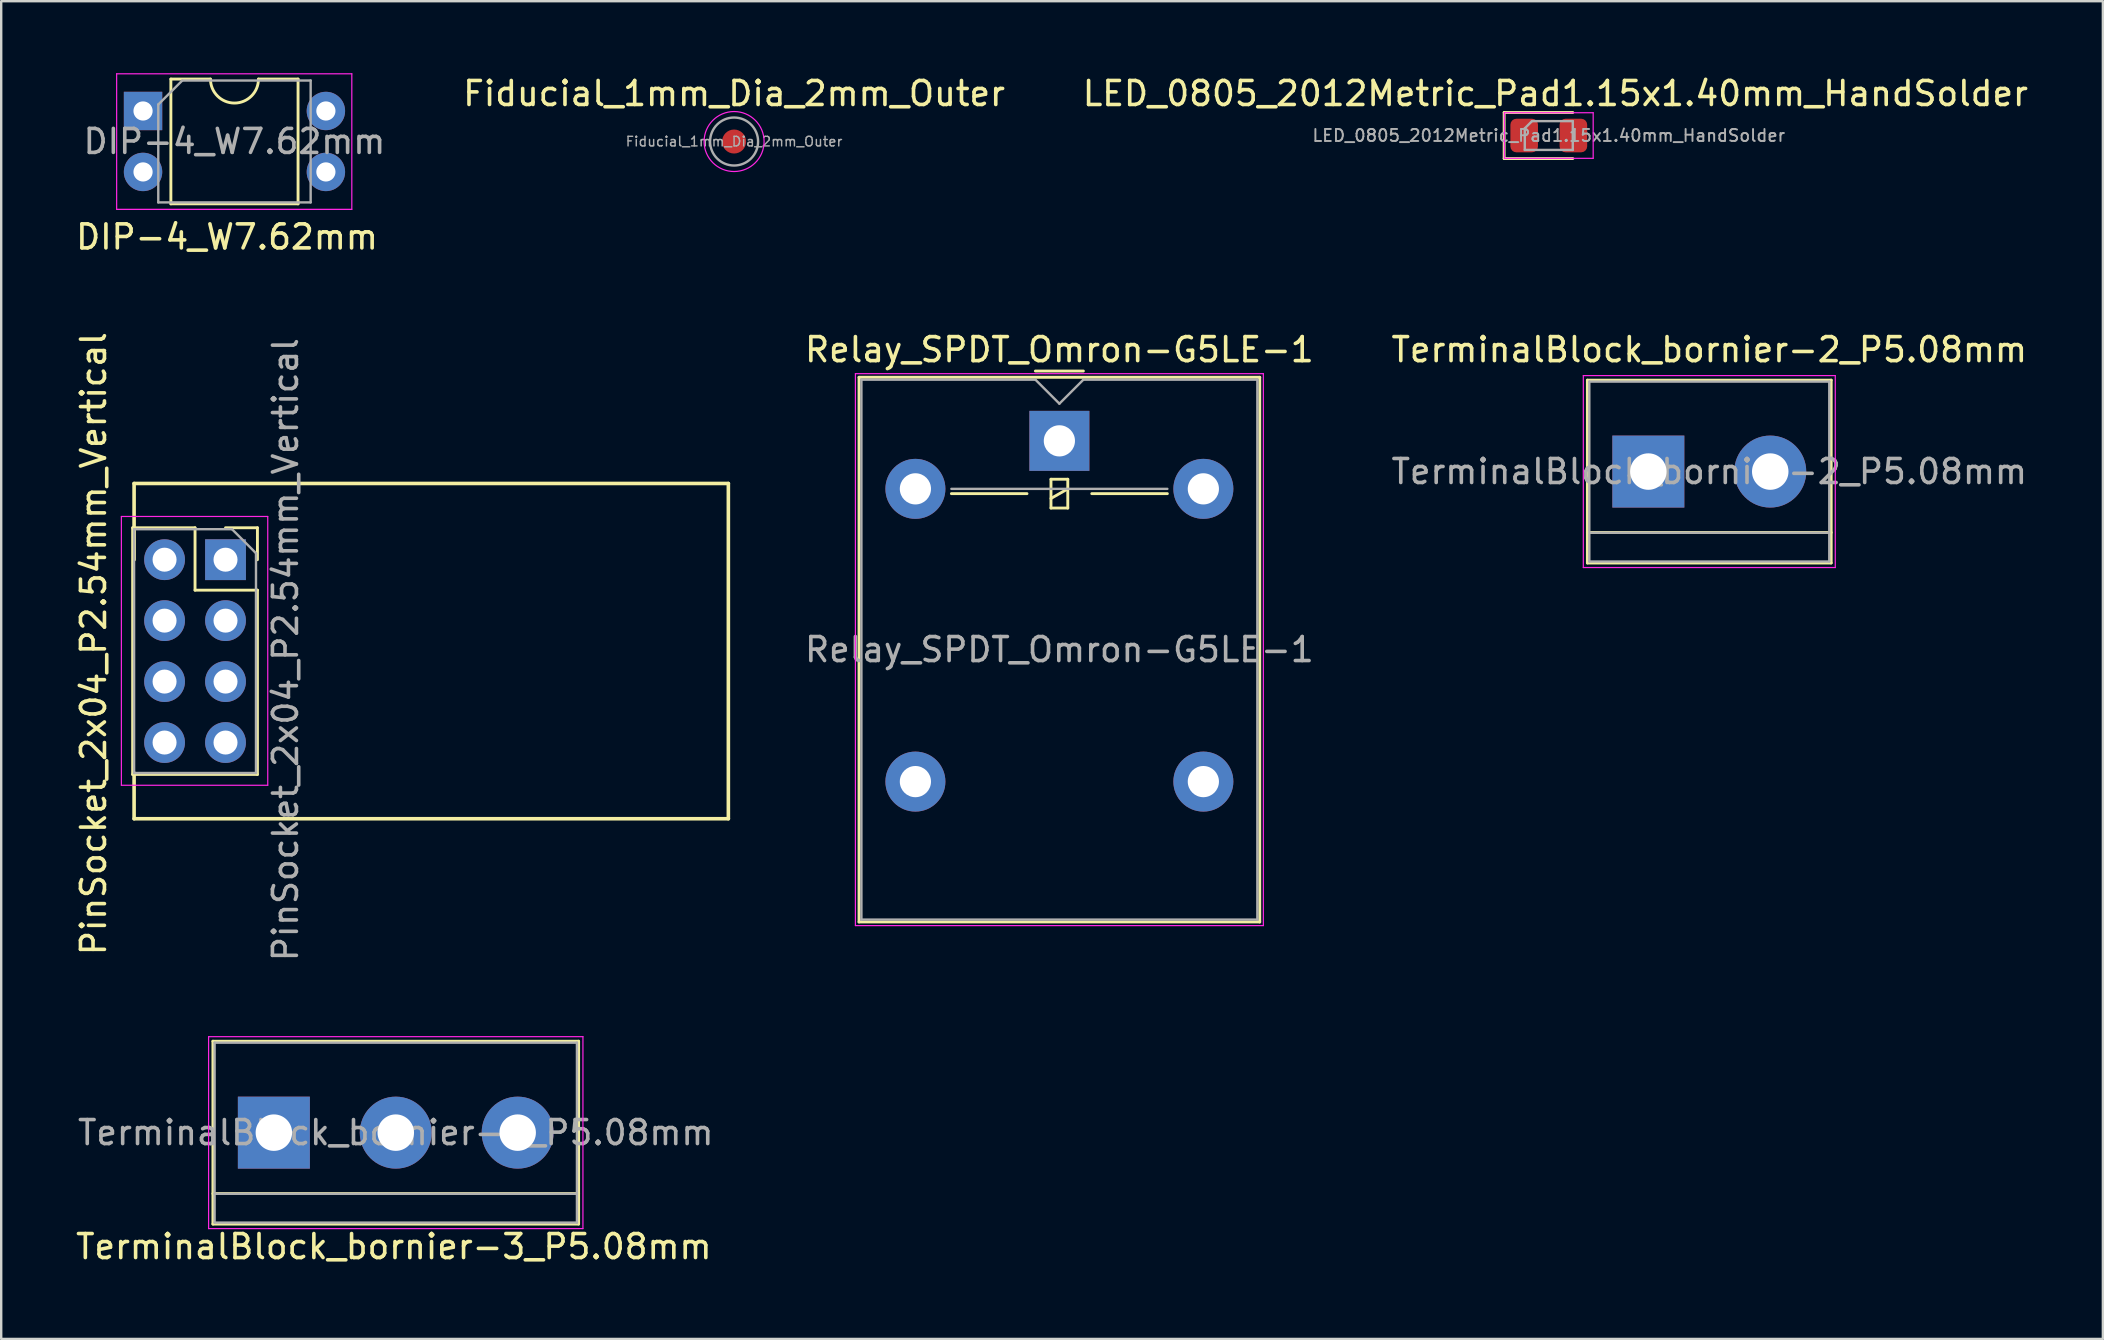
<source format=kicad_pcb>
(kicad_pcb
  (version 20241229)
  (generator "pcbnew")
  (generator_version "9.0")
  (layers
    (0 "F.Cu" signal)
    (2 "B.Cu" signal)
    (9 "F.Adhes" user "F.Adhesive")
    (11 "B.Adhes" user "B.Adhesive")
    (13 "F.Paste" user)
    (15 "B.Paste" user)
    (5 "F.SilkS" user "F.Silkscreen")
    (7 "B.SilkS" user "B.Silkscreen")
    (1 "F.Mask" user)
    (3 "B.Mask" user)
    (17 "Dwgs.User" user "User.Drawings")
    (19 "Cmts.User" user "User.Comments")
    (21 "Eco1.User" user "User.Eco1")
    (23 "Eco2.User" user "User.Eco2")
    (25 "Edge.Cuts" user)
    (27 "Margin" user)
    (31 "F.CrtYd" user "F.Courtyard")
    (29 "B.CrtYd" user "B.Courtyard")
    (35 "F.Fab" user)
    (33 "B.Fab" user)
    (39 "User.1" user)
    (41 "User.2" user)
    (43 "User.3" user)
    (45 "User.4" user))
  (footprint "PinSocket_2x04_P2.54mm_Vertical"
    (layer "F.Cu")
    (at 6.348 20.274)
    (property "Reference" "PinSocket_2x04_P2.54mm_Vertical" (at -5.5 3.5 90) (layer "F.SilkS") (effects (font (size 1 1) (thickness 0.15))))
    (attr through_hole)
    (fp_line (start -3.87 -1.33) (end -3.87 8.95) (stroke (width 0.12) (type solid)) (layer "F.SilkS"))
    (fp_line (start -3.87 -1.33) (end -1.27 -1.33) (stroke (width 0.12) (type solid)) (layer "F.SilkS"))
    (fp_line (start -3.87 8.95) (end 1.33 8.95) (stroke (width 0.12) (type solid)) (layer "F.SilkS"))
    (fp_line (start -3.81 -3.175) (end 20.955 -3.175) (stroke (width 0.15) (type solid)) (layer "F.SilkS"))
    (fp_line (start -3.81 0) (end -3.81 -3.175) (stroke (width 0.15) (type solid)) (layer "F.SilkS"))
    (fp_line (start -3.81 10.795) (end -3.81 8.89) (stroke (width 0.15) (type solid)) (layer "F.SilkS"))
    (fp_line (start -1.27 -1.33) (end -1.27 1.27) (stroke (width 0.12) (type solid)) (layer "F.SilkS"))
    (fp_line (start -1.27 1.27) (end 1.33 1.27) (stroke (width 0.12) (type solid)) (layer "F.SilkS"))
    (fp_line (start 0 -1.33) (end 1.33 -1.33) (stroke (width 0.12) (type solid)) (layer "F.SilkS"))
    (fp_line (start 1.33 -1.33) (end 1.33 0) (stroke (width 0.12) (type solid)) (layer "F.SilkS"))
    (fp_line (start 1.33 1.27) (end 1.33 8.95) (stroke (width 0.12) (type solid)) (layer "F.SilkS"))
    (fp_line (start 20.955 -3.175) (end 20.955 10.795) (stroke (width 0.15) (type solid)) (layer "F.SilkS"))
    (fp_line (start 20.955 10.795) (end -3.81 10.795) (stroke (width 0.15) (type solid)) (layer "F.SilkS"))
    (fp_line (start -4.34 -1.8) (end 1.76 -1.8) (stroke (width 0.05) (type solid)) (layer "F.CrtYd"))
    (fp_line (start -4.34 9.4) (end -4.34 -1.8) (stroke (width 0.05) (type solid)) (layer "F.CrtYd"))
    (fp_line (start 1.76 -1.8) (end 1.76 9.4) (stroke (width 0.05) (type solid)) (layer "F.CrtYd"))
    (fp_line (start 1.76 9.4) (end -4.34 9.4) (stroke (width 0.05) (type solid)) (layer "F.CrtYd"))
    (fp_line (start -3.81 -1.27) (end 0.27 -1.27) (stroke (width 0.1) (type solid)) (layer "F.Fab"))
    (fp_line (start -3.81 8.89) (end -3.81 -1.27) (stroke (width 0.1) (type solid)) (layer "F.Fab"))
    (fp_line (start 0.27 -1.27) (end 1.27 -0.27) (stroke (width 0.1) (type solid)) (layer "F.Fab"))
    (fp_line (start 1.27 -0.27) (end 1.27 8.89) (stroke (width 0.1) (type solid)) (layer "F.Fab"))
    (fp_line (start 1.27 8.89) (end -3.81 8.89) (stroke (width 0.1) (type solid)) (layer "F.Fab"))
    (fp_text user "${REFERENCE}" (at 2.5 3.75 90) (layer "F.Fab") (effects (font (size 1 1) (thickness 0.15))))
    (pad "1" thru_hole rect (at 0 0) (size 1.7 1.7) (drill 1) (layers "*.Cu" "*.Mask"))
    (pad "2" thru_hole oval (at 0 2.54) (size 1.7 1.7) (drill 1) (layers "*.Cu" "*.Mask"))
    (pad "3" thru_hole oval (at 0 5.08) (size 1.7 1.7) (drill 1) (layers "*.Cu" "*.Mask"))
    (pad "4" thru_hole oval (at 0 7.62) (size 1.7 1.7) (drill 1) (layers "*.Cu" "*.Mask"))
    (pad "5" thru_hole oval (at -2.54 0) (size 1.7 1.7) (drill 1) (layers "*.Cu" "*.Mask"))
    (pad "6" thru_hole oval (at -2.54 2.54) (size 1.7 1.7) (drill 1) (layers "*.Cu" "*.Mask"))
    (pad "7" thru_hole oval (at -2.54 5.08) (size 1.7 1.7) (drill 1) (layers "*.Cu" "*.Mask"))
    (pad "8" thru_hole oval (at -2.54 7.62) (size 1.7 1.7) (drill 1) (layers "*.Cu" "*.Mask")))
  (footprint "DIP-4_W7.62mm"
    (layer "F.Cu")
    (at 2.911 1.575)
    (property "Reference" "DIP-4_W7.62mm" (at 3.5 5.25 0) (layer "F.SilkS") (effects (font (size 1 1) (thickness 0.15))))
    (attr through_hole)
    (fp_line (start 1.16 -1.33) (end 1.16 3.87) (stroke (width 0.12) (type solid)) (layer "F.SilkS"))
    (fp_line (start 1.16 3.87) (end 6.46 3.87) (stroke (width 0.12) (type solid)) (layer "F.SilkS"))
    (fp_line (start 2.81 -1.33) (end 1.16 -1.33) (stroke (width 0.12) (type solid)) (layer "F.SilkS"))
    (fp_line (start 6.46 -1.33) (end 4.81 -1.33) (stroke (width 0.12) (type solid)) (layer "F.SilkS"))
    (fp_line (start 6.46 3.87) (end 6.46 -1.33) (stroke (width 0.12) (type solid)) (layer "F.SilkS"))
    (fp_arc (start 4.81 -1.33) (mid 3.81 -0.33) (end 2.81 -1.33) (stroke (width 0.12) (type solid)) (layer "F.SilkS"))
    (fp_line (start -1.1 -1.55) (end -1.1 4.1) (stroke (width 0.05) (type solid)) (layer "F.CrtYd"))
    (fp_line (start -1.1 4.1) (end 8.7 4.1) (stroke (width 0.05) (type solid)) (layer "F.CrtYd"))
    (fp_line (start 8.7 -1.55) (end -1.1 -1.55) (stroke (width 0.05) (type solid)) (layer "F.CrtYd"))
    (fp_line (start 8.7 4.1) (end 8.7 -1.55) (stroke (width 0.05) (type solid)) (layer "F.CrtYd"))
    (fp_line (start 0.635 -0.27) (end 1.635 -1.27) (stroke (width 0.1) (type solid)) (layer "F.Fab"))
    (fp_line (start 0.635 3.81) (end 0.635 -0.27) (stroke (width 0.1) (type solid)) (layer "F.Fab"))
    (fp_line (start 1.635 -1.27) (end 6.985 -1.27) (stroke (width 0.1) (type solid)) (layer "F.Fab"))
    (fp_line (start 6.985 -1.27) (end 6.985 3.81) (stroke (width 0.1) (type solid)) (layer "F.Fab"))
    (fp_line (start 6.985 3.81) (end 0.635 3.81) (stroke (width 0.1) (type solid)) (layer "F.Fab"))
    (fp_text user "${REFERENCE}" (at 3.81 1.27 0) (layer "F.Fab") (effects (font (size 1 1) (thickness 0.15))))
    (pad "1" thru_hole rect (at 0 0) (size 1.6 1.6) (drill 0.8) (layers "*.Cu" "*.Mask"))
    (pad "2" thru_hole oval (at 0 2.54) (size 1.6 1.6) (drill 0.8) (layers "*.Cu" "*.Mask"))
    (pad "3" thru_hole oval (at 7.62 2.54) (size 1.6 1.6) (drill 0.8) (layers "*.Cu" "*.Mask"))
    (pad "4" thru_hole oval (at 7.62 0) (size 1.6 1.6) (drill 0.8) (layers "*.Cu" "*.Mask")))
  (footprint "TerminalBlock_bornier-2_P5.08mm"
    (layer "F.Cu")
    (at 65.642 16.602)
    (property "Reference" "TerminalBlock_bornier-2_P5.08mm" (at 2.54 -5.08 0) (layer "F.SilkS") (effects (font (size 1 1) (thickness 0.15))))
    (attr through_hole)
    (fp_line (start -2.54 -3.81) (end -2.54 3.81) (stroke (width 0.12) (type solid)) (layer "F.SilkS"))
    (fp_line (start -2.54 3.81) (end 7.62 3.81) (stroke (width 0.12) (type solid)) (layer "F.SilkS"))
    (fp_line (start 7.62 -3.81) (end -2.54 -3.81) (stroke (width 0.12) (type solid)) (layer "F.SilkS"))
    (fp_line (start 7.62 2.54) (end -2.54 2.54) (stroke (width 0.12) (type solid)) (layer "F.SilkS"))
    (fp_line (start 7.62 3.81) (end 7.62 -3.81) (stroke (width 0.12) (type solid)) (layer "F.SilkS"))
    (fp_line (start -2.71 -4) (end -2.71 4) (stroke (width 0.05) (type solid)) (layer "F.CrtYd"))
    (fp_line (start -2.71 -4) (end 7.79 -4) (stroke (width 0.05) (type solid)) (layer "F.CrtYd"))
    (fp_line (start 7.79 4) (end -2.71 4) (stroke (width 0.05) (type solid)) (layer "F.CrtYd"))
    (fp_line (start 7.79 4) (end 7.79 -4) (stroke (width 0.05) (type solid)) (layer "F.CrtYd"))
    (fp_line (start -2.46 -3.75) (end -2.46 3.75) (stroke (width 0.1) (type solid)) (layer "F.Fab"))
    (fp_line (start -2.46 3.75) (end 7.54 3.75) (stroke (width 0.1) (type solid)) (layer "F.Fab"))
    (fp_line (start -2.41 2.55) (end 7.49 2.55) (stroke (width 0.1) (type solid)) (layer "F.Fab"))
    (fp_line (start 7.54 -3.75) (end -2.46 -3.75) (stroke (width 0.1) (type solid)) (layer "F.Fab"))
    (fp_line (start 7.54 3.75) (end 7.54 -3.75) (stroke (width 0.1) (type solid)) (layer "F.Fab"))
    (fp_text user "${REFERENCE}" (at 2.54 0 0) (layer "F.Fab") (effects (font (size 1 1) (thickness 0.15))))
    (pad "1" thru_hole rect (at 0 0) (size 3 3) (drill 1.52) (layers "*.Cu" "*.Mask"))
    (pad "2" thru_hole circle (at 5.08 0) (size 3 3) (drill 1.52) (layers "*.Cu" "*.Mask")))
  (footprint "Relay_SPDT_Omron-G5LE-1"
    (layer "F.Cu")
    (at 41.098 15.322)
    (property "Reference" "Relay_SPDT_Omron-G5LE-1" (at 0 -3.8 0) (layer "F.SilkS") (effects (font (size 1 1) (thickness 0.15))))
    (attr through_hole)
    (fp_line (start -8.35 -2.65) (end -8.35 20.05) (stroke (width 0.12) (type solid)) (layer "F.SilkS"))
    (fp_line (start -8.35 20.05) (end 8.35 20.05) (stroke (width 0.12) (type solid)) (layer "F.SilkS"))
    (fp_line (start -4.5 2.2) (end -1.35 2.2) (stroke (width 0.12) (type solid)) (layer "F.SilkS"))
    (fp_line (start -1 -2.91) (end 1 -2.91) (stroke (width 0.12) (type solid)) (layer "F.SilkS"))
    (fp_line (start -0.35 1.6) (end -0.35 2.8) (stroke (width 0.12) (type solid)) (layer "F.SilkS"))
    (fp_line (start -0.35 2.4) (end 0.35 2) (stroke (width 0.12) (type solid)) (layer "F.SilkS"))
    (fp_line (start -0.35 2.8) (end 0.35 2.8) (stroke (width 0.12) (type solid)) (layer "F.SilkS"))
    (fp_line (start 0.35 1.6) (end -0.35 1.6) (stroke (width 0.12) (type solid)) (layer "F.SilkS"))
    (fp_line (start 0.35 2.8) (end 0.35 1.6) (stroke (width 0.12) (type solid)) (layer "F.SilkS"))
    (fp_line (start 1.35 2.2) (end 4.5 2.2) (stroke (width 0.12) (type solid)) (layer "F.SilkS"))
    (fp_line (start 8.35 -2.65) (end -8.35 -2.65) (stroke (width 0.12) (type solid)) (layer "F.SilkS"))
    (fp_line (start 8.35 20.05) (end 8.35 -2.65) (stroke (width 0.12) (type solid)) (layer "F.SilkS"))
    (fp_line (start -8.5 -2.8) (end -8.5 20.2) (stroke (width 0.05) (type solid)) (layer "F.CrtYd"))
    (fp_line (start -8.5 20.2) (end 8.5 20.2) (stroke (width 0.05) (type solid)) (layer "F.CrtYd"))
    (fp_line (start 8.5 -2.8) (end -8.5 -2.8) (stroke (width 0.05) (type solid)) (layer "F.CrtYd"))
    (fp_line (start 8.5 20.2) (end 8.5 -2.8) (stroke (width 0.05) (type solid)) (layer "F.CrtYd"))
    (fp_line (start -8.25 -2.55) (end -1 -2.55) (stroke (width 0.1) (type solid)) (layer "F.Fab"))
    (fp_line (start -8.25 19.95) (end -8.25 -2.55) (stroke (width 0.1) (type solid)) (layer "F.Fab"))
    (fp_line (start -4.5 2) (end 4.5 2) (stroke (width 0.1) (type solid)) (layer "F.Fab"))
    (fp_line (start -1 -2.55) (end 0 -1.55) (stroke (width 0.1) (type solid)) (layer "F.Fab"))
    (fp_line (start 0 -1.55) (end 1 -2.55) (stroke (width 0.1) (type solid)) (layer "F.Fab"))
    (fp_line (start 1 -2.55) (end 8.25 -2.55) (stroke (width 0.1) (type solid)) (layer "F.Fab"))
    (fp_line (start 8.25 -2.55) (end 8.25 19.95) (stroke (width 0.1) (type solid)) (layer "F.Fab"))
    (fp_line (start 8.25 19.95) (end -8.25 19.95) (stroke (width 0.1) (type solid)) (layer "F.Fab"))
    (fp_text user "${REFERENCE}" (at 0 8.7 0) (layer "F.Fab") (effects (font (size 1 1) (thickness 0.15))))
    (pad "1" thru_hole rect (at 0 0) (size 2.5 2.5) (drill 1.3) (layers "*.Cu" "*.Mask"))
    (pad "2" thru_hole oval (at -6 2) (size 2.5 2.5) (drill 1.3) (layers "*.Cu" "*.Mask"))
    (pad "3" thru_hole oval (at -6 14.2) (size 2.5 2.5) (drill 1.3) (layers "*.Cu" "*.Mask"))
    (pad "4" thru_hole oval (at 6 14.2) (size 2.5 2.5) (drill 1.3) (layers "*.Cu" "*.Mask"))
    (pad "5" thru_hole oval (at 6 2) (size 2.5 2.5) (drill 1.3) (layers "*.Cu" "*.Mask")))
  (footprint "Fiducial_1mm_Dia_2mm_Outer"
    (layer "F.Cu")
    (at 27.542 2.848)
    (property "Reference" "Fiducial_1mm_Dia_2mm_Outer" (at 0 -2 0) (layer "F.SilkS") (effects (font (size 1 1) (thickness 0.15))))
    (attr exclude_from_pos_files exclude_from_bom)
    (fp_circle (center 0 0) (end 1.25 0) (stroke (width 0.05) (type solid)) (fill no) (layer "F.CrtYd"))
    (fp_circle (center 0 0) (end 1 0) (stroke (width 0.1) (type solid)) (fill no) (layer "F.Fab"))
    (fp_text user "${REFERENCE}" (at 0 0 0) (layer "F.Fab") (effects (font (size 0.4 0.4) (thickness 0.06))))
    (pad "~" smd circle (at 0 0) (size 1 1) (layers "F.Cu" "F.Mask")))
  (footprint "LED_0805_2012Metric_Pad1.15x1.40mm_HandSolder"
    (layer "F.Cu")
    (at 61.493 2.598)
    (property "Reference" "LED_0805_2012Metric_Pad1.15x1.40mm_HandSolder" (at 0.275 -1.75 0) (layer "F.SilkS") (effects (font (size 1 1) (thickness 0.15))))
    (attr smd)
    (fp_line (start -1.86 -0.96) (end -1.86 0.96) (stroke (width 0.12) (type solid)) (layer "F.SilkS"))
    (fp_line (start -1.86 0.96) (end 1 0.96) (stroke (width 0.12) (type solid)) (layer "F.SilkS"))
    (fp_line (start 1 -0.96) (end -1.86 -0.96) (stroke (width 0.12) (type solid)) (layer "F.SilkS"))
    (fp_line (start -1.85 -0.95) (end 1.85 -0.95) (stroke (width 0.05) (type solid)) (layer "F.CrtYd"))
    (fp_line (start -1.85 0.95) (end -1.85 -0.95) (stroke (width 0.05) (type solid)) (layer "F.CrtYd"))
    (fp_line (start 1.85 -0.95) (end 1.85 0.95) (stroke (width 0.05) (type solid)) (layer "F.CrtYd"))
    (fp_line (start 1.85 0.95) (end -1.85 0.95) (stroke (width 0.05) (type solid)) (layer "F.CrtYd"))
    (fp_line (start -1 -0.3) (end -1 0.6) (stroke (width 0.1) (type solid)) (layer "F.Fab"))
    (fp_line (start -1 0.6) (end 1 0.6) (stroke (width 0.1) (type solid)) (layer "F.Fab"))
    (fp_line (start -0.7 -0.6) (end -1 -0.3) (stroke (width 0.1) (type solid)) (layer "F.Fab"))
    (fp_line (start 1 -0.6) (end -0.7 -0.6) (stroke (width 0.1) (type solid)) (layer "F.Fab"))
    (fp_line (start 1 0.6) (end 1 -0.6) (stroke (width 0.1) (type solid)) (layer "F.Fab"))
    (fp_text user "${REFERENCE}" (at 0 0 0) (layer "F.Fab") (effects (font (size 0.5 0.5) (thickness 0.08))))
    (pad "1" smd roundrect (at -1.025 0) (size 1.15 1.4) (layers "F.Cu" "F.Mask" "F.Paste") (roundrect_rratio 0.217))
    (pad "2" smd roundrect (at 1.025 0) (size 1.15 1.4) (layers "F.Cu" "F.Mask" "F.Paste") (roundrect_rratio 0.217)))
  (footprint "TerminalBlock_bornier-3_P5.08mm"
    (layer "F.Cu")
    (at 8.363 44.151)
    (property "Reference" "TerminalBlock_bornier-3_P5.08mm" (at 5 4.75 0) (layer "F.SilkS") (effects (font (size 1 1) (thickness 0.15))))
    (attr through_hole)
    (fp_line (start -2.54 -3.81) (end 12.7 -3.81) (stroke (width 0.12) (type solid)) (layer "F.SilkS"))
    (fp_line (start -2.54 2.54) (end 12.7 2.54) (stroke (width 0.12) (type solid)) (layer "F.SilkS"))
    (fp_line (start -2.54 3.81) (end -2.54 -3.81) (stroke (width 0.12) (type solid)) (layer "F.SilkS"))
    (fp_line (start -2.54 3.81) (end 12.7 3.81) (stroke (width 0.12) (type solid)) (layer "F.SilkS"))
    (fp_line (start 12.7 3.81) (end 12.7 -3.81) (stroke (width 0.12) (type solid)) (layer "F.SilkS"))
    (fp_line (start -2.72 -4) (end -2.72 4) (stroke (width 0.05) (type solid)) (layer "F.CrtYd"))
    (fp_line (start -2.72 -4) (end 12.88 -4) (stroke (width 0.05) (type solid)) (layer "F.CrtYd"))
    (fp_line (start 12.88 4) (end -2.72 4) (stroke (width 0.05) (type solid)) (layer "F.CrtYd"))
    (fp_line (start 12.88 4) (end 12.88 -4) (stroke (width 0.05) (type solid)) (layer "F.CrtYd"))
    (fp_line (start -2.47 -3.75) (end 12.63 -3.75) (stroke (width 0.1) (type solid)) (layer "F.Fab"))
    (fp_line (start -2.47 2.55) (end 12.63 2.55) (stroke (width 0.1) (type solid)) (layer "F.Fab"))
    (fp_line (start -2.47 3.75) (end -2.47 -3.75) (stroke (width 0.1) (type solid)) (layer "F.Fab"))
    (fp_line (start 12.63 -3.75) (end 12.63 3.75) (stroke (width 0.1) (type solid)) (layer "F.Fab"))
    (fp_line (start 12.63 3.75) (end -2.47 3.75) (stroke (width 0.1) (type solid)) (layer "F.Fab"))
    (fp_text user "${REFERENCE}" (at 5.08 0 0) (layer "F.Fab") (effects (font (size 1 1) (thickness 0.15))))
    (pad "1" thru_hole rect (at 0 0) (size 3 3) (drill 1.52) (layers "*.Cu" "*.Mask"))
    (pad "2" thru_hole circle (at 5.08 0) (size 3 3) (drill 1.52) (layers "*.Cu" "*.Mask"))
    (pad "3" thru_hole circle (at 10.16 0) (size 3 3) (drill 1.52) (layers "*.Cu" "*.Mask")))
  (gr_rect
    (start -3 -3)
    (end 84.584 52.749)
    (stroke (width 0.1) (type default))
    (fill no)
    (layer "Edge.Cuts")))
</source>
